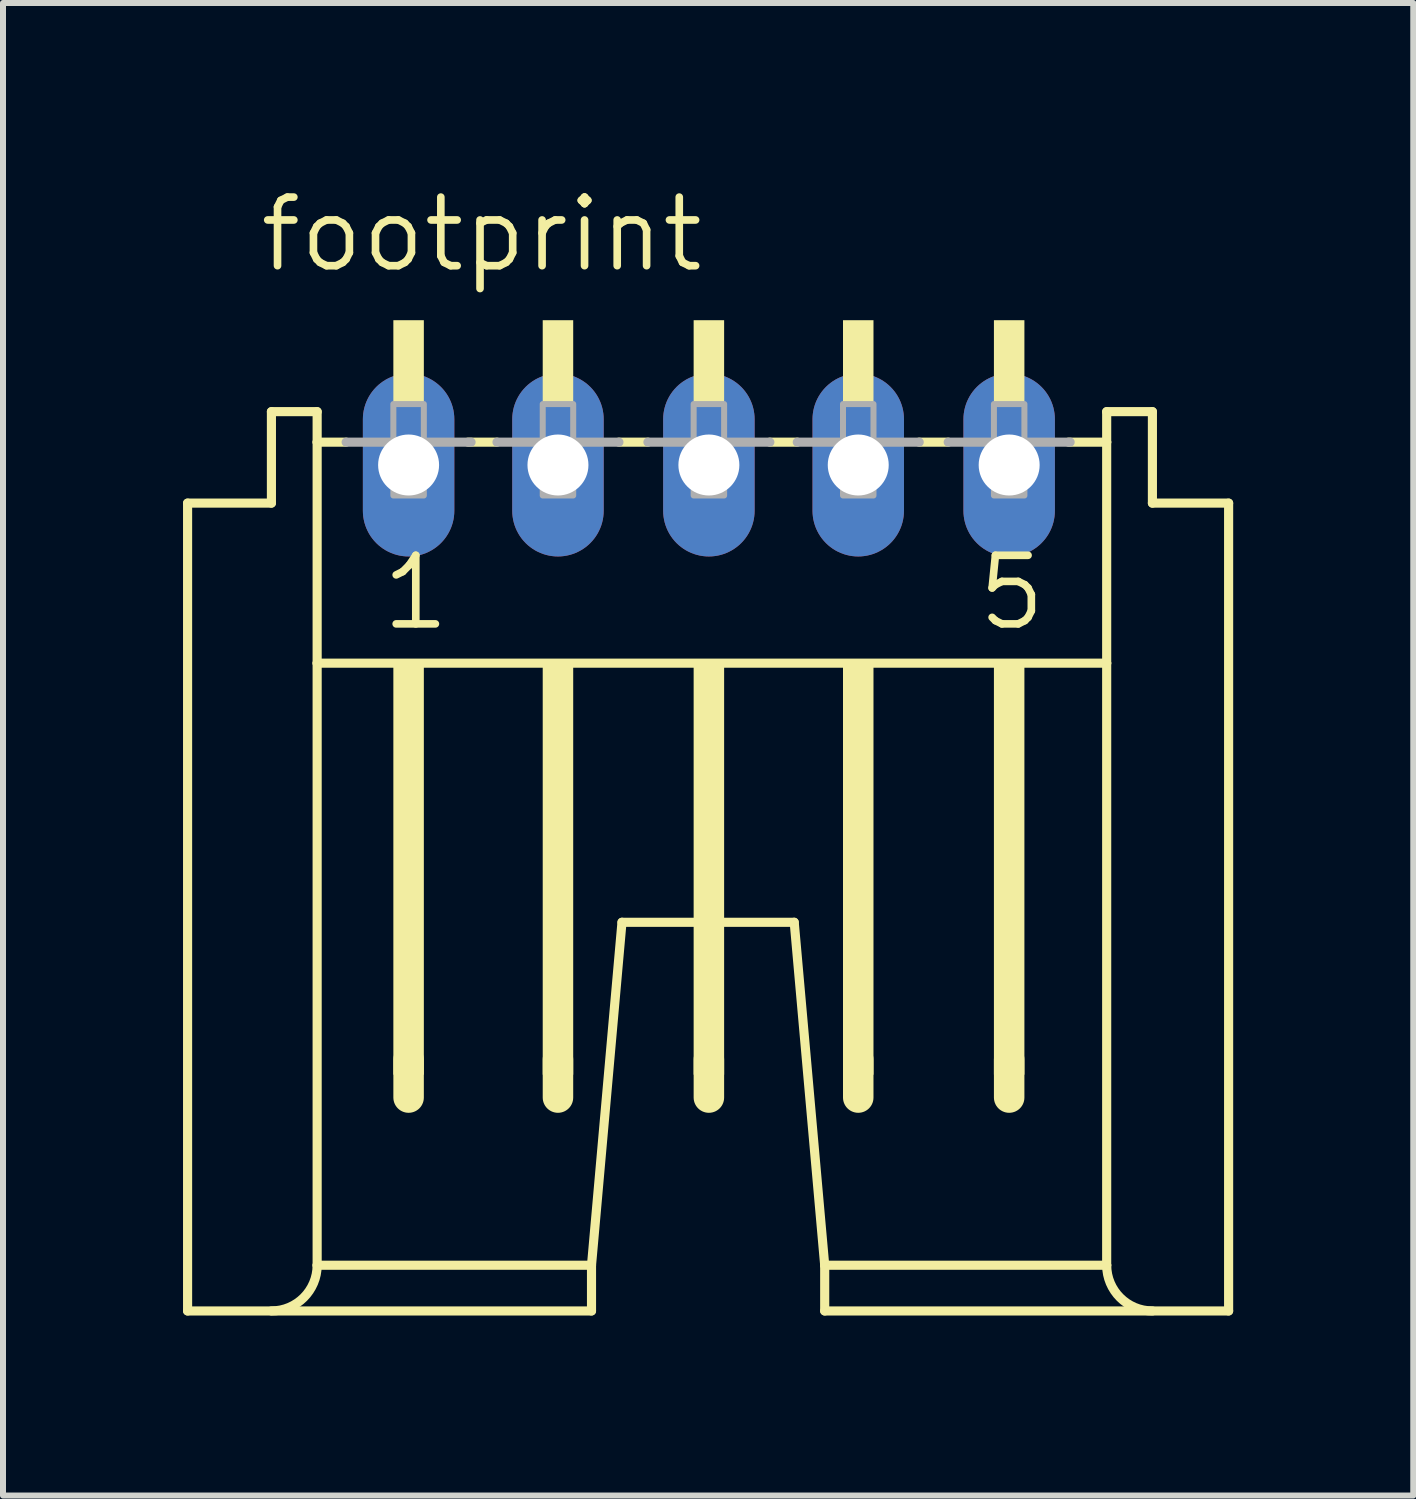
<source format=kicad_pcb>
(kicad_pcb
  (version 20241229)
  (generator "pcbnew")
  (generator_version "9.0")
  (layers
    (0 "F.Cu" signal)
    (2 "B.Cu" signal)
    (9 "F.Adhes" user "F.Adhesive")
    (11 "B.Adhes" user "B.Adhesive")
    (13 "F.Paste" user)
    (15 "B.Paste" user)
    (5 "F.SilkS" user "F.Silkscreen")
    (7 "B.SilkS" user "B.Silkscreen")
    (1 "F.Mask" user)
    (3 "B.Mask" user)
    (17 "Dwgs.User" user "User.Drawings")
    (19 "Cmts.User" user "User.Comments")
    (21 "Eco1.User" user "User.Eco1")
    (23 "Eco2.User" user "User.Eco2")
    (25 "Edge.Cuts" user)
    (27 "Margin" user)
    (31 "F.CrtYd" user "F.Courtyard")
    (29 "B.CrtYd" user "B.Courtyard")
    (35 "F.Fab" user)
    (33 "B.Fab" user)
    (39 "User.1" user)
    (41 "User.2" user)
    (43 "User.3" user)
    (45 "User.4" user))
  (footprint "footprint"
    (layer "F.Cu")
    (at 3.759 6.604)
    (property "Reference" "footprint" (at -2.54 -5.08 0) (layer "F.SilkS") (effects (font (size 1.143 1.143) (thickness 0.127)) (justify left bottom)))
    (fp_line (start -3.683 12.192) (end -3.683 -1.27) (stroke (width 0.152) (type solid)) (layer "F.SilkS"))
    (fp_line (start -3.683 12.192) (end 3.048 12.192) (stroke (width 0.152) (type solid)) (layer "F.SilkS"))
    (fp_line (start -2.286 -1.27) (end -3.683 -1.27) (stroke (width 0.152) (type solid)) (layer "F.SilkS"))
    (fp_line (start -2.286 -1.27) (end -2.286 -2.794) (stroke (width 0.152) (type solid)) (layer "F.SilkS"))
    (fp_line (start -1.524 -2.794) (end -2.286 -2.794) (stroke (width 0.152) (type solid)) (layer "F.SilkS"))
    (fp_line (start -1.524 -2.286) (end -1.524 -2.794) (stroke (width 0.152) (type solid)) (layer "F.SilkS"))
    (fp_line (start -1.524 1.397) (end -1.524 -2.286) (stroke (width 0.152) (type solid)) (layer "F.SilkS"))
    (fp_line (start -1.524 11.43) (end -1.524 1.397) (stroke (width 0.152) (type solid)) (layer "F.SilkS"))
    (fp_line (start -1.524 11.43) (end 3.048 11.43) (stroke (width 0.152) (type solid)) (layer "F.SilkS"))
    (fp_line (start -1.041 -2.286) (end -1.524 -2.286) (stroke (width 0.152) (type solid)) (layer "F.SilkS"))
    (fp_line (start 0 8.001) (end 0 8.636) (stroke (width 0.508) (type solid)) (layer "F.SilkS"))
    (fp_line (start 1.473 -2.286) (end 0.991 -2.286) (stroke (width 0.152) (type solid)) (layer "F.SilkS"))
    (fp_line (start 2.489 8.001) (end 2.489 8.636) (stroke (width 0.508) (type solid)) (layer "F.SilkS"))
    (fp_line (start 3.048 11.43) (end 3.556 5.715) (stroke (width 0.152) (type solid)) (layer "F.SilkS"))
    (fp_line (start 3.048 12.192) (end 3.048 11.43) (stroke (width 0.152) (type solid)) (layer "F.SilkS"))
    (fp_line (start 3.556 5.715) (end 6.426 5.715) (stroke (width 0.152) (type solid)) (layer "F.SilkS"))
    (fp_line (start 3.988 -2.286) (end 3.505 -2.286) (stroke (width 0.152) (type solid)) (layer "F.SilkS"))
    (fp_line (start 5.004 8.001) (end 5.004 8.636) (stroke (width 0.508) (type solid)) (layer "F.SilkS"))
    (fp_line (start 6.477 -2.286) (end 6.02 -2.286) (stroke (width 0.152) (type solid)) (layer "F.SilkS"))
    (fp_line (start 6.934 11.43) (end 6.426 5.715) (stroke (width 0.152) (type solid)) (layer "F.SilkS"))
    (fp_line (start 6.934 12.192) (end 6.934 11.43) (stroke (width 0.152) (type solid)) (layer "F.SilkS"))
    (fp_line (start 6.934 12.192) (end 13.665 12.192) (stroke (width 0.152) (type solid)) (layer "F.SilkS"))
    (fp_line (start 7.493 8.001) (end 7.493 8.636) (stroke (width 0.508) (type solid)) (layer "F.SilkS"))
    (fp_line (start 8.992 -2.286) (end 8.509 -2.286) (stroke (width 0.152) (type solid)) (layer "F.SilkS"))
    (fp_line (start 10.008 8.001) (end 10.008 8.636) (stroke (width 0.508) (type solid)) (layer "F.SilkS"))
    (fp_line (start 11.633 -2.794) (end 11.633 -2.286) (stroke (width 0.152) (type solid)) (layer "F.SilkS"))
    (fp_line (start 11.633 -2.286) (end 10.998 -2.286) (stroke (width 0.152) (type solid)) (layer "F.SilkS"))
    (fp_line (start 11.633 -2.286) (end 11.633 1.397) (stroke (width 0.152) (type solid)) (layer "F.SilkS"))
    (fp_line (start 11.633 1.397) (end -1.524 1.397) (stroke (width 0.152) (type solid)) (layer "F.SilkS"))
    (fp_line (start 11.633 1.397) (end 11.633 11.43) (stroke (width 0.152) (type solid)) (layer "F.SilkS"))
    (fp_line (start 11.633 11.43) (end 6.934 11.43) (stroke (width 0.152) (type solid)) (layer "F.SilkS"))
    (fp_line (start 12.395 -2.794) (end 11.633 -2.794) (stroke (width 0.152) (type solid)) (layer "F.SilkS"))
    (fp_line (start 12.395 -2.794) (end 12.395 -1.27) (stroke (width 0.152) (type solid)) (layer "F.SilkS"))
    (fp_line (start 13.665 -1.27) (end 12.395 -1.27) (stroke (width 0.152) (type solid)) (layer "F.SilkS"))
    (fp_line (start 13.665 -1.27) (end 13.665 12.192) (stroke (width 0.152) (type solid)) (layer "F.SilkS"))
    (fp_arc (start -1.524 11.43) (mid -1.747185 11.968815) (end -2.286 12.192) (stroke (width 0.1524) (type solid)) (layer "F.SilkS"))
    (fp_arc (start 12.3952 12.192) (mid 11.856385 11.968815) (end 11.6332 11.43) (stroke (width 0.1524) (type solid)) (layer "F.SilkS"))
    (fp_poly (pts (xy -0.254 -2.921) (xy 0.254 -2.921) (xy 0.254 -4.318) (xy -0.254 -4.318)) (stroke (width 0) (type solid)) (fill yes) (layer "F.SilkS"))
    (fp_poly (pts (xy -0.254 8.255) (xy 0.254 8.255) (xy 0.254 1.397) (xy -0.254 1.397)) (stroke (width 0) (type solid)) (fill yes) (layer "F.SilkS"))
    (fp_poly (pts (xy 2.235 -2.921) (xy 2.743 -2.921) (xy 2.743 -4.318) (xy 2.235 -4.318)) (stroke (width 0) (type solid)) (fill yes) (layer "F.SilkS"))
    (fp_poly (pts (xy 2.235 8.255) (xy 2.743 8.255) (xy 2.743 1.397) (xy 2.235 1.397)) (stroke (width 0) (type solid)) (fill yes) (layer "F.SilkS"))
    (fp_poly (pts (xy 4.75 -2.921) (xy 5.258 -2.921) (xy 5.258 -4.318) (xy 4.75 -4.318)) (stroke (width 0) (type solid)) (fill yes) (layer "F.SilkS"))
    (fp_poly (pts (xy 4.75 8.255) (xy 5.258 8.255) (xy 5.258 1.397) (xy 4.75 1.397)) (stroke (width 0) (type solid)) (fill yes) (layer "F.SilkS"))
    (fp_poly (pts (xy 7.239 -2.921) (xy 7.747 -2.921) (xy 7.747 -4.318) (xy 7.239 -4.318)) (stroke (width 0) (type solid)) (fill yes) (layer "F.SilkS"))
    (fp_poly (pts (xy 7.239 8.255) (xy 7.747 8.255) (xy 7.747 1.397) (xy 7.239 1.397)) (stroke (width 0) (type solid)) (fill yes) (layer "F.SilkS"))
    (fp_poly (pts (xy 9.754 -2.921) (xy 10.262 -2.921) (xy 10.262 -4.318) (xy 9.754 -4.318)) (stroke (width 0) (type solid)) (fill yes) (layer "F.SilkS"))
    (fp_poly (pts (xy 9.754 8.255) (xy 10.262 8.255) (xy 10.262 1.397) (xy 9.754 1.397)) (stroke (width 0) (type solid)) (fill yes) (layer "F.SilkS"))
    (fp_line (start -1.041 -2.286) (end 1.041 -2.286) (stroke (width 0.152) (type solid)) (layer "F.Fab"))
    (fp_line (start 1.473 -2.286) (end 3.505 -2.286) (stroke (width 0.152) (type solid)) (layer "F.Fab"))
    (fp_line (start 3.988 -2.286) (end 6.02 -2.286) (stroke (width 0.152) (type solid)) (layer "F.Fab"))
    (fp_line (start 6.477 -2.286) (end 8.509 -2.286) (stroke (width 0.152) (type solid)) (layer "F.Fab"))
    (fp_line (start 8.992 -2.286) (end 11.024 -2.286) (stroke (width 0.152) (type solid)) (layer "F.Fab"))
    (fp_poly (pts (xy -0.254 -1.397) (xy 0.254 -1.397) (xy 0.254 -2.921) (xy -0.254 -2.921)) (stroke (width 0.1) (type solid)) (fill no) (layer "F.Fab"))
    (fp_poly (pts (xy 2.235 -1.397) (xy 2.743 -1.397) (xy 2.743 -2.921) (xy 2.235 -2.921)) (stroke (width 0.1) (type solid)) (fill no) (layer "F.Fab"))
    (fp_poly (pts (xy 4.75 -1.397) (xy 5.258 -1.397) (xy 5.258 -2.921) (xy 4.75 -2.921)) (stroke (width 0.1) (type solid)) (fill no) (layer "F.Fab"))
    (fp_poly (pts (xy 7.239 -1.397) (xy 7.747 -1.397) (xy 7.747 -2.921) (xy 7.239 -2.921)) (stroke (width 0.1) (type solid)) (fill no) (layer "F.Fab"))
    (fp_poly (pts (xy 9.754 -1.397) (xy 10.262 -1.397) (xy 10.262 -2.921) (xy 9.754 -2.921)) (stroke (width 0.1) (type solid)) (fill no) (layer "F.Fab"))
    (fp_text user "1" (at -0.508 0.889 0) (layer "F.SilkS") (effects (font (size 1.143 1.143) (thickness 0.127)) (justify left bottom)))
    (fp_text user "5" (at 9.423 0.889 0) (layer "F.SilkS") (effects (font (size 1.143 1.143) (thickness 0.127)) (justify left bottom)))
    (pad "1" thru_hole oval (at 0 -1.905 90) (size 3.048 1.524) (drill 1.016) (layers "*.Cu" "*.Mask"))
    (pad "2" thru_hole oval (at 2.489 -1.905 90) (size 3.048 1.524) (drill 1.016) (layers "*.Cu" "*.Mask"))
    (pad "3" thru_hole oval (at 5.004 -1.905 90) (size 3.048 1.524) (drill 1.016) (layers "*.Cu" "*.Mask"))
    (pad "4" thru_hole oval (at 7.493 -1.905 90) (size 3.048 1.524) (drill 1.016) (layers "*.Cu" "*.Mask"))
    (pad "5" thru_hole oval (at 10.008 -1.905 90) (size 3.048 1.524) (drill 1.016) (layers "*.Cu" "*.Mask")))
  (gr_rect
    (start -3 -3)
    (end 20.501 21.872)
    (stroke (width 0.1) (type default))
    (fill no)
    (layer "Edge.Cuts")))
</source>
